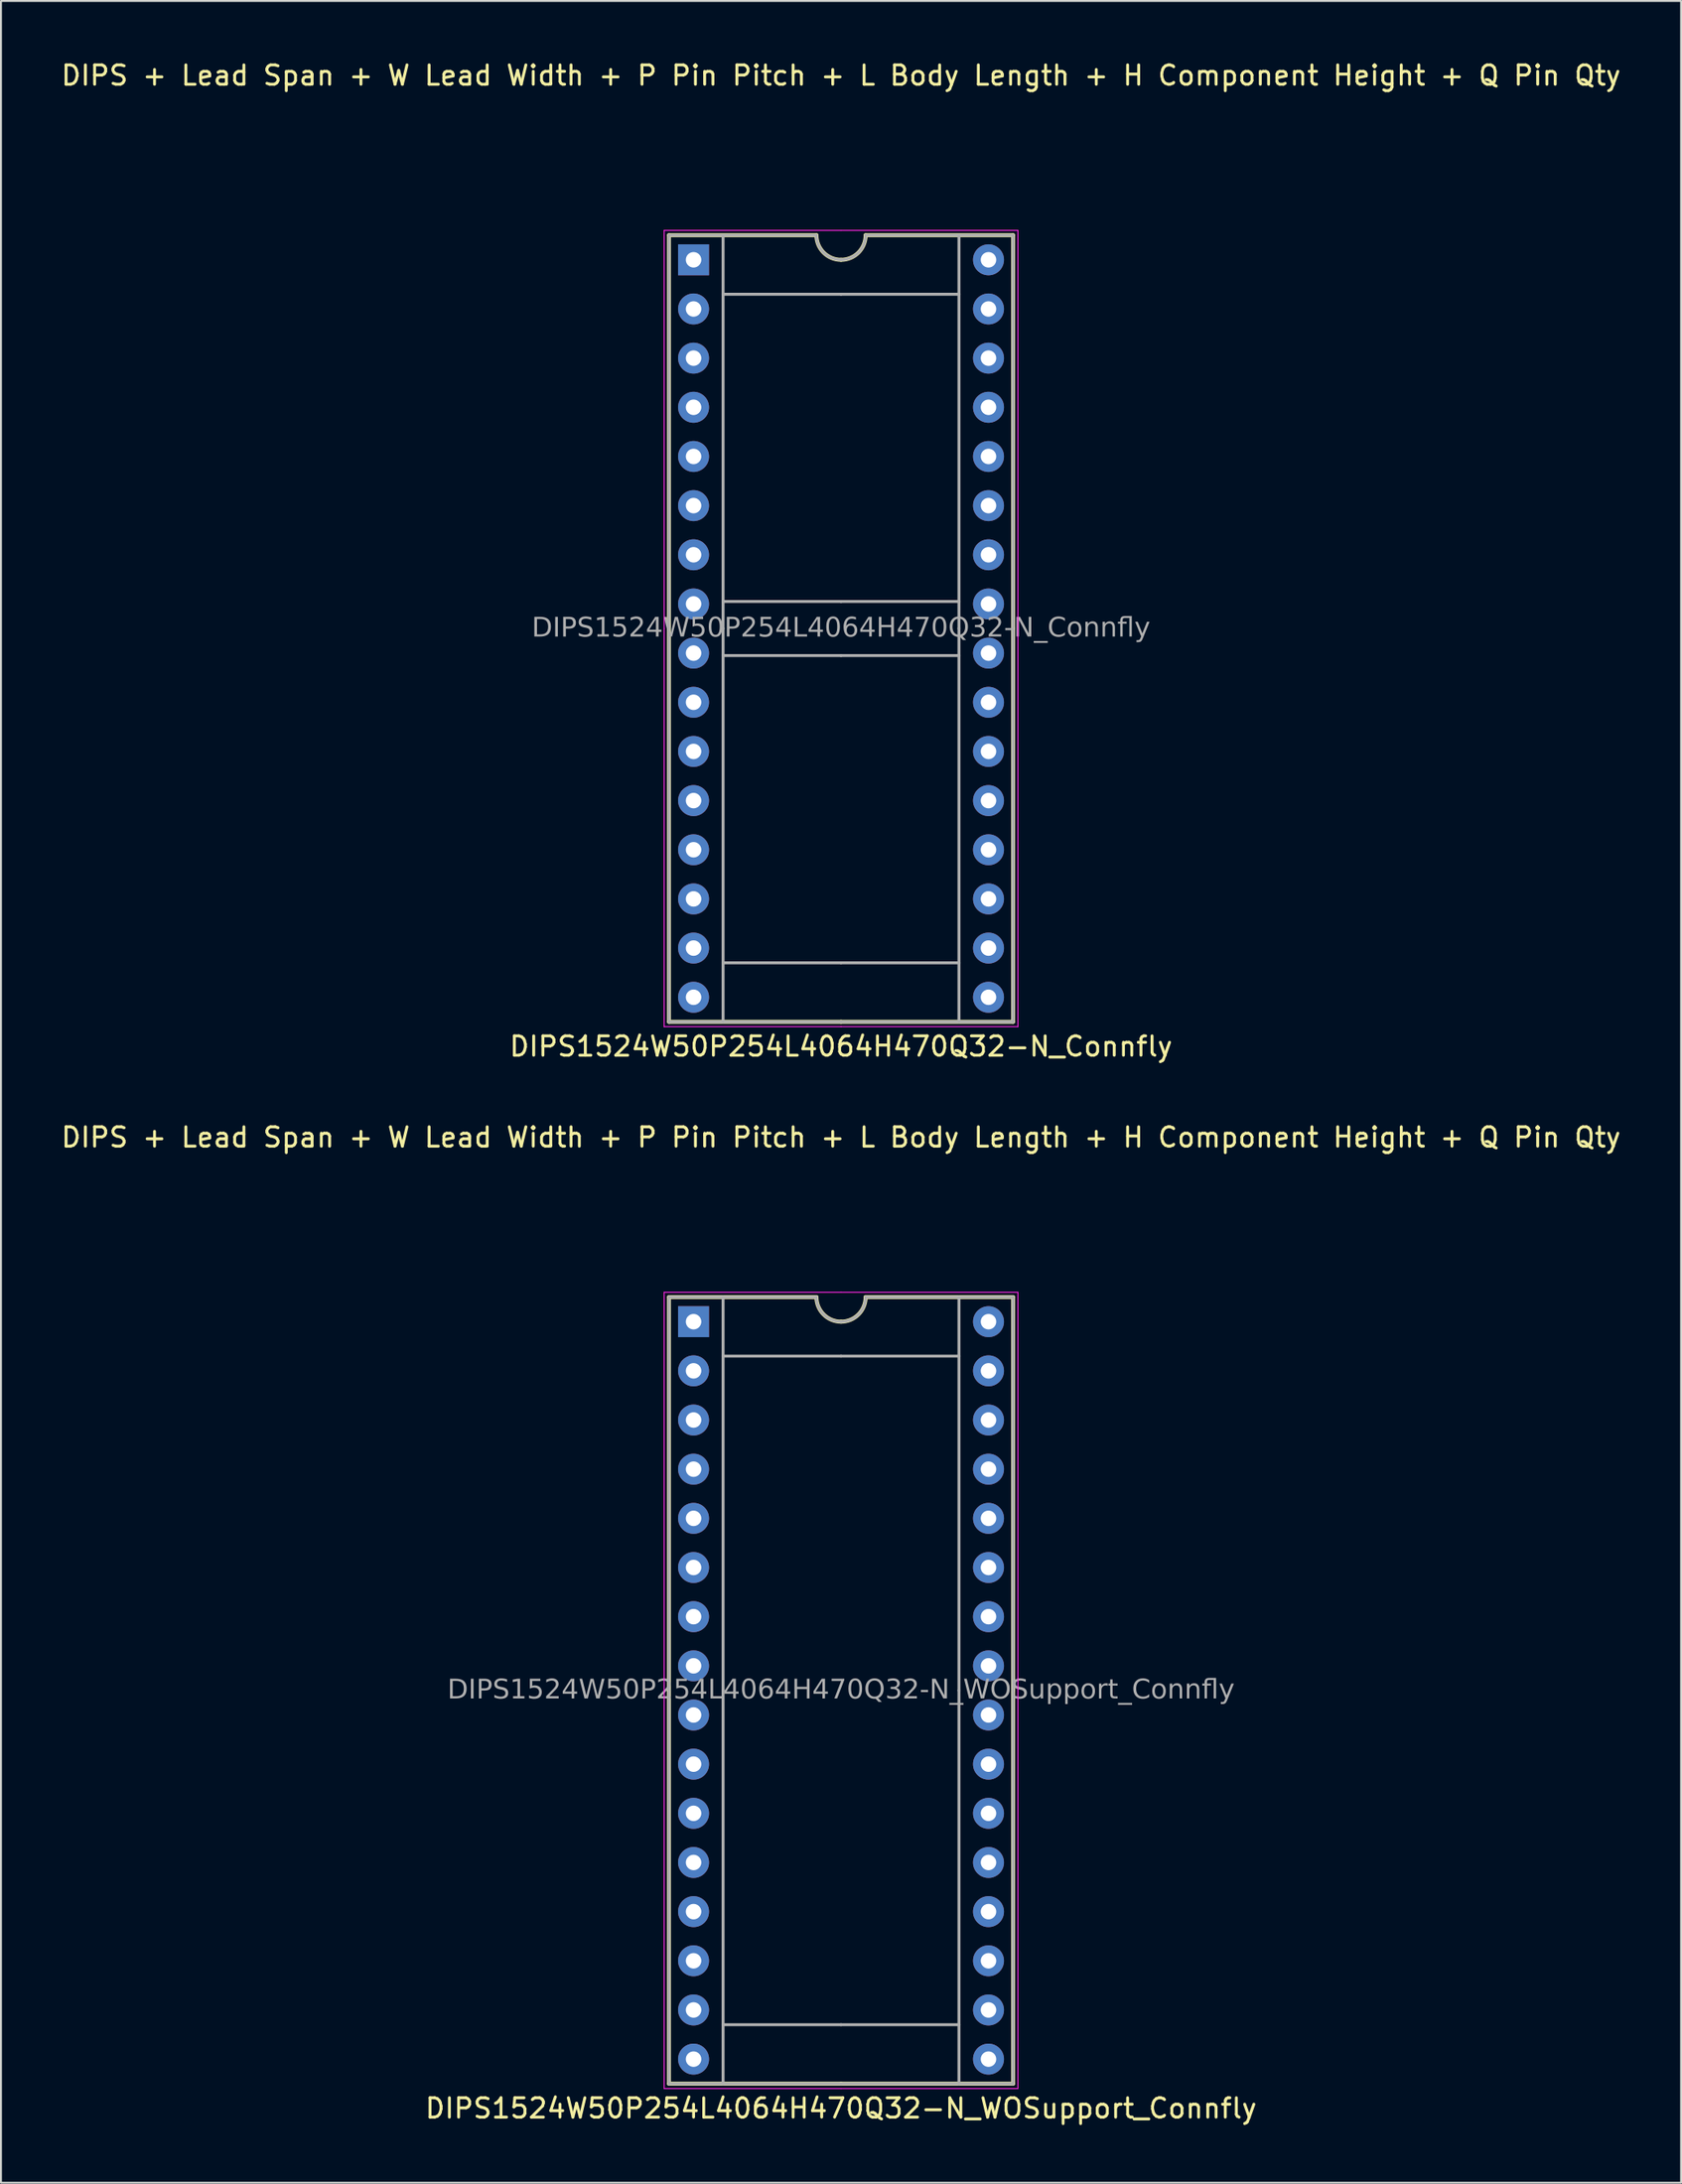
<source format=kicad_pcb>
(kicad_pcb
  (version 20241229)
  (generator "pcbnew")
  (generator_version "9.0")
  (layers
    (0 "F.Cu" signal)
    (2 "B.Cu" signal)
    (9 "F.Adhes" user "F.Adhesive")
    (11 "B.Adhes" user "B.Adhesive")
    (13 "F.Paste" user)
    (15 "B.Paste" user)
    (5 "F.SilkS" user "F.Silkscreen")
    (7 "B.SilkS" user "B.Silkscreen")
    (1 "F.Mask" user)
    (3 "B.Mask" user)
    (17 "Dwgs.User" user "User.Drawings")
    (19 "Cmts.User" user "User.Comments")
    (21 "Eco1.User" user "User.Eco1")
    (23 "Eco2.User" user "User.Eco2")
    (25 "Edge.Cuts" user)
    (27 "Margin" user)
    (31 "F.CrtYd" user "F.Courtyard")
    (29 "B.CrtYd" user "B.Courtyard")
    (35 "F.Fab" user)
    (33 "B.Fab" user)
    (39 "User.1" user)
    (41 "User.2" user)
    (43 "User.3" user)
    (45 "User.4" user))
  (footprint "DIPS1524W50P254L4064H470Q32-N_Connfly"
    (layer "F.Cu")
    (at 40.411 29.423)
    (property "Reference" "DIPS1524W50P254L4064H470Q32-N_Connfly" (at 0 21.59 0) (layer "F.SilkS") (effects (font (size 1 1) (thickness 0.15))))
    (property "Naming" "DIPS + Lead Span + W Lead Width + P Pin Pitch + L Body Length + H Component Height + Q Pin Qty" (at 0 -28.575 0) (layer "F.SilkS") (effects (font (size 1 1) (thickness 0.15))))
    (attr through_hole)
    (fp_line (start -8.89 -20.32) (end -8.89 0) (stroke (width 0.203) (type solid)) (layer "F.SilkS"))
    (fp_line (start -8.89 20.32) (end -8.89 0) (stroke (width 0.203) (type solid)) (layer "F.SilkS"))
    (fp_line (start -1.27 -20.32) (end -8.89 -20.32) (stroke (width 0.203) (type solid)) (layer "F.SilkS"))
    (fp_line (start 0 20.32) (end -8.89 20.32) (stroke (width 0.203) (type solid)) (layer "F.SilkS"))
    (fp_line (start 0 20.32) (end 8.89 20.32) (stroke (width 0.203) (type solid)) (layer "F.SilkS"))
    (fp_line (start 1.27 -20.32) (end 8.89 -20.32) (stroke (width 0.203) (type solid)) (layer "F.SilkS"))
    (fp_line (start 8.89 -20.32) (end 8.89 0) (stroke (width 0.203) (type solid)) (layer "F.SilkS"))
    (fp_line (start 8.89 20.32) (end 8.89 0) (stroke (width 0.203) (type solid)) (layer "F.SilkS"))
    (fp_arc (start 0 -19.05) (mid -0.898026 -19.421974) (end -1.27 -20.32) (stroke (width 0.2032) (type solid)) (layer "F.SilkS"))
    (fp_arc (start 1.27 -20.32) (mid 0.898026 -19.421974) (end 0 -19.05) (stroke (width 0.2032) (type solid)) (layer "F.SilkS"))
    (fp_line (start -9.14 -20.57) (end -9.14 0) (stroke (width 0.05) (type solid)) (layer "F.CrtYd"))
    (fp_line (start -9.14 -20.57) (end 0 -20.57) (stroke (width 0.05) (type solid)) (layer "F.CrtYd"))
    (fp_line (start -9.14 20.57) (end -9.14 0) (stroke (width 0.05) (type solid)) (layer "F.CrtYd"))
    (fp_line (start -9.14 20.57) (end 0 20.57) (stroke (width 0.05) (type solid)) (layer "F.CrtYd"))
    (fp_line (start 9.14 -20.57) (end 0 -20.57) (stroke (width 0.05) (type solid)) (layer "F.CrtYd"))
    (fp_line (start 9.14 -20.57) (end 9.14 0) (stroke (width 0.05) (type solid)) (layer "F.CrtYd"))
    (fp_line (start 9.14 20.57) (end 0 20.57) (stroke (width 0.05) (type solid)) (layer "F.CrtYd"))
    (fp_line (start 9.14 20.57) (end 9.14 0) (stroke (width 0.05) (type solid)) (layer "F.CrtYd"))
    (fp_line (start -8.89 0) (end -8.89 -20.32) (stroke (width 0.152) (type solid)) (layer "F.Fab"))
    (fp_line (start -8.89 0) (end -8.89 20.32) (stroke (width 0.152) (type solid)) (layer "F.Fab"))
    (fp_line (start -6.096 -20.32) (end -6.096 0) (stroke (width 0.152) (type solid)) (layer "F.Fab"))
    (fp_line (start -6.096 20.32) (end -6.096 0) (stroke (width 0.152) (type solid)) (layer "F.Fab"))
    (fp_line (start -1.27 -20.32) (end -8.89 -20.32) (stroke (width 0.152) (type solid)) (layer "F.Fab"))
    (fp_line (start 0 -17.272) (end -6.096 -17.272) (stroke (width 0.152) (type solid)) (layer "F.Fab"))
    (fp_line (start 0 -17.272) (end 6.096 -17.272) (stroke (width 0.152) (type solid)) (layer "F.Fab"))
    (fp_line (start 0 -1.397) (end -6.096 -1.397) (stroke (width 0.152) (type solid)) (layer "F.Fab"))
    (fp_line (start 0 -1.397) (end 6.096 -1.397) (stroke (width 0.152) (type solid)) (layer "F.Fab"))
    (fp_line (start 0 1.397) (end -6.096 1.397) (stroke (width 0.152) (type solid)) (layer "F.Fab"))
    (fp_line (start 0 1.397) (end 6.096 1.397) (stroke (width 0.152) (type solid)) (layer "F.Fab"))
    (fp_line (start 0 17.272) (end -6.096 17.272) (stroke (width 0.152) (type solid)) (layer "F.Fab"))
    (fp_line (start 0 17.272) (end 6.096 17.272) (stroke (width 0.152) (type solid)) (layer "F.Fab"))
    (fp_line (start 0 20.32) (end -8.89 20.32) (stroke (width 0.152) (type solid)) (layer "F.Fab"))
    (fp_line (start 0 20.32) (end 8.89 20.32) (stroke (width 0.152) (type solid)) (layer "F.Fab"))
    (fp_line (start 1.27 -20.32) (end 8.89 -20.32) (stroke (width 0.152) (type solid)) (layer "F.Fab"))
    (fp_line (start 6.096 -20.32) (end 6.096 0) (stroke (width 0.152) (type solid)) (layer "F.Fab"))
    (fp_line (start 6.096 20.32) (end 6.096 0) (stroke (width 0.152) (type solid)) (layer "F.Fab"))
    (fp_line (start 8.89 0) (end 8.89 -20.32) (stroke (width 0.152) (type solid)) (layer "F.Fab"))
    (fp_line (start 8.89 0) (end 8.89 20.32) (stroke (width 0.152) (type solid)) (layer "F.Fab"))
    (fp_arc (start 0 -19.05) (mid -0.898026 -19.421974) (end -1.27 -20.32) (stroke (width 0.1524) (type default)) (layer "F.Fab"))
    (fp_arc (start 1.27 -20.32) (mid 0.898026 -19.421974) (end 0 -19.05) (stroke (width 0.1524) (type default)) (layer "F.Fab"))
    (fp_text user "${REFERENCE}" (at 0 0 0) (layer "F.Fab") (effects (font (face "Tahoma") (size 1 1) (thickness 0.15))))
    (pad "1" thru_hole rect (at -7.62 -19.05) (size 1.6 1.6) (drill 0.8) (layers "*.Cu" "*.Mask"))
    (pad "2" thru_hole oval (at -7.62 -16.51) (size 1.6 1.6) (drill 0.8) (layers "*.Cu" "*.Mask"))
    (pad "3" thru_hole oval (at -7.62 -13.97) (size 1.6 1.6) (drill 0.8) (layers "*.Cu" "*.Mask"))
    (pad "4" thru_hole oval (at -7.62 -11.43) (size 1.6 1.6) (drill 0.8) (layers "*.Cu" "*.Mask"))
    (pad "5" thru_hole oval (at -7.62 -8.89) (size 1.6 1.6) (drill 0.8) (layers "*.Cu" "*.Mask"))
    (pad "6" thru_hole oval (at -7.62 -6.35) (size 1.6 1.6) (drill 0.8) (layers "*.Cu" "*.Mask"))
    (pad "7" thru_hole oval (at -7.62 -3.81) (size 1.6 1.6) (drill 0.8) (layers "*.Cu" "*.Mask"))
    (pad "8" thru_hole oval (at -7.62 -1.27) (size 1.6 1.6) (drill 0.8) (layers "*.Cu" "*.Mask"))
    (pad "9" thru_hole oval (at -7.62 1.27) (size 1.6 1.6) (drill 0.8) (layers "*.Cu" "*.Mask"))
    (pad "10" thru_hole oval (at -7.62 3.81) (size 1.6 1.6) (drill 0.8) (layers "*.Cu" "*.Mask"))
    (pad "11" thru_hole oval (at -7.62 6.35) (size 1.6 1.6) (drill 0.8) (layers "*.Cu" "*.Mask"))
    (pad "12" thru_hole oval (at -7.62 8.89) (size 1.6 1.6) (drill 0.8) (layers "*.Cu" "*.Mask"))
    (pad "13" thru_hole oval (at -7.62 11.43) (size 1.6 1.6) (drill 0.8) (layers "*.Cu" "*.Mask"))
    (pad "14" thru_hole oval (at -7.62 13.97) (size 1.6 1.6) (drill 0.8) (layers "*.Cu" "*.Mask"))
    (pad "15" thru_hole oval (at -7.62 16.51) (size 1.6 1.6) (drill 0.8) (layers "*.Cu" "*.Mask"))
    (pad "16" thru_hole oval (at -7.62 19.05) (size 1.6 1.6) (drill 0.8) (layers "*.Cu" "*.Mask"))
    (pad "17" thru_hole oval (at 7.62 19.05) (size 1.6 1.6) (drill 0.8) (layers "*.Cu" "*.Mask"))
    (pad "18" thru_hole oval (at 7.62 16.51) (size 1.6 1.6) (drill 0.8) (layers "*.Cu" "*.Mask"))
    (pad "19" thru_hole oval (at 7.62 13.97) (size 1.6 1.6) (drill 0.8) (layers "*.Cu" "*.Mask"))
    (pad "20" thru_hole oval (at 7.62 11.43) (size 1.6 1.6) (drill 0.8) (layers "*.Cu" "*.Mask"))
    (pad "21" thru_hole oval (at 7.62 8.89) (size 1.6 1.6) (drill 0.8) (layers "*.Cu" "*.Mask"))
    (pad "22" thru_hole oval (at 7.62 6.35) (size 1.6 1.6) (drill 0.8) (layers "*.Cu" "*.Mask"))
    (pad "23" thru_hole oval (at 7.62 3.81) (size 1.6 1.6) (drill 0.8) (layers "*.Cu" "*.Mask"))
    (pad "24" thru_hole oval (at 7.62 1.27) (size 1.6 1.6) (drill 0.8) (layers "*.Cu" "*.Mask"))
    (pad "25" thru_hole oval (at 7.62 -1.27) (size 1.6 1.6) (drill 0.8) (layers "*.Cu" "*.Mask"))
    (pad "26" thru_hole oval (at 7.62 -3.81) (size 1.6 1.6) (drill 0.8) (layers "*.Cu" "*.Mask"))
    (pad "27" thru_hole oval (at 7.62 -6.35) (size 1.6 1.6) (drill 0.8) (layers "*.Cu" "*.Mask"))
    (pad "28" thru_hole oval (at 7.62 -8.89) (size 1.6 1.6) (drill 0.8) (layers "*.Cu" "*.Mask"))
    (pad "29" thru_hole oval (at 7.62 -11.43) (size 1.6 1.6) (drill 0.8) (layers "*.Cu" "*.Mask"))
    (pad "30" thru_hole oval (at 7.62 -13.97) (size 1.6 1.6) (drill 0.8) (layers "*.Cu" "*.Mask"))
    (pad "31" thru_hole oval (at 7.62 -16.51) (size 1.6 1.6) (drill 0.8) (layers "*.Cu" "*.Mask"))
    (pad "32" thru_hole oval (at 7.62 -19.05) (size 1.6 1.6) (drill 0.8) (layers "*.Cu" "*.Mask")))
  (footprint "DIPS1524W50P254L4064H470Q32-N_WOSupport_Connfly"
    (layer "F.Cu")
    (at 40.411 84.285)
    (property "Reference" "DIPS1524W50P254L4064H470Q32-N_WOSupport_Connfly" (at 0 21.59 0) (layer "F.SilkS") (effects (font (size 1 1) (thickness 0.15))))
    (property "Naming" "DIPS + Lead Span + W Lead Width + P Pin Pitch + L Body Length + H Component Height + Q Pin Qty" (at 0 -28.575 0) (layer "F.SilkS") (effects (font (size 1 1) (thickness 0.15))))
    (attr through_hole)
    (fp_line (start -8.89 -20.32) (end -8.89 0) (stroke (width 0.203) (type solid)) (layer "F.SilkS"))
    (fp_line (start -8.89 20.32) (end -8.89 0) (stroke (width 0.203) (type solid)) (layer "F.SilkS"))
    (fp_line (start -1.27 -20.32) (end -8.89 -20.32) (stroke (width 0.203) (type solid)) (layer "F.SilkS"))
    (fp_line (start 0 20.32) (end -8.89 20.32) (stroke (width 0.203) (type solid)) (layer "F.SilkS"))
    (fp_line (start 0 20.32) (end 8.89 20.32) (stroke (width 0.203) (type solid)) (layer "F.SilkS"))
    (fp_line (start 1.27 -20.32) (end 8.89 -20.32) (stroke (width 0.203) (type solid)) (layer "F.SilkS"))
    (fp_line (start 8.89 -20.32) (end 8.89 0) (stroke (width 0.203) (type solid)) (layer "F.SilkS"))
    (fp_line (start 8.89 20.32) (end 8.89 0) (stroke (width 0.203) (type solid)) (layer "F.SilkS"))
    (fp_arc (start 0 -19.05) (mid -0.898026 -19.421974) (end -1.27 -20.32) (stroke (width 0.2032) (type solid)) (layer "F.SilkS"))
    (fp_arc (start 1.27 -20.32) (mid 0.898026 -19.421974) (end 0 -19.05) (stroke (width 0.2032) (type solid)) (layer "F.SilkS"))
    (fp_line (start -9.14 -20.57) (end -9.14 0) (stroke (width 0.05) (type solid)) (layer "F.CrtYd"))
    (fp_line (start -9.14 -20.57) (end 0 -20.57) (stroke (width 0.05) (type solid)) (layer "F.CrtYd"))
    (fp_line (start -9.14 20.57) (end -9.14 0) (stroke (width 0.05) (type solid)) (layer "F.CrtYd"))
    (fp_line (start -9.14 20.57) (end 0 20.57) (stroke (width 0.05) (type solid)) (layer "F.CrtYd"))
    (fp_line (start 9.14 -20.57) (end 0 -20.57) (stroke (width 0.05) (type solid)) (layer "F.CrtYd"))
    (fp_line (start 9.14 -20.57) (end 9.14 0) (stroke (width 0.05) (type solid)) (layer "F.CrtYd"))
    (fp_line (start 9.14 20.57) (end 0 20.57) (stroke (width 0.05) (type solid)) (layer "F.CrtYd"))
    (fp_line (start 9.14 20.57) (end 9.14 0) (stroke (width 0.05) (type solid)) (layer "F.CrtYd"))
    (fp_line (start -8.89 0) (end -8.89 -20.32) (stroke (width 0.152) (type solid)) (layer "F.Fab"))
    (fp_line (start -8.89 0) (end -8.89 20.32) (stroke (width 0.152) (type solid)) (layer "F.Fab"))
    (fp_line (start -6.096 -20.32) (end -6.096 0) (stroke (width 0.152) (type solid)) (layer "F.Fab"))
    (fp_line (start -6.096 20.32) (end -6.096 0) (stroke (width 0.152) (type solid)) (layer "F.Fab"))
    (fp_line (start -1.27 -20.32) (end -8.89 -20.32) (stroke (width 0.152) (type solid)) (layer "F.Fab"))
    (fp_line (start 0 -17.272) (end -6.096 -17.272) (stroke (width 0.152) (type solid)) (layer "F.Fab"))
    (fp_line (start 0 -17.272) (end 6.096 -17.272) (stroke (width 0.152) (type solid)) (layer "F.Fab"))
    (fp_line (start 0 17.272) (end -6.096 17.272) (stroke (width 0.152) (type solid)) (layer "F.Fab"))
    (fp_line (start 0 17.272) (end 6.096 17.272) (stroke (width 0.152) (type solid)) (layer "F.Fab"))
    (fp_line (start 0 20.32) (end -8.89 20.32) (stroke (width 0.152) (type solid)) (layer "F.Fab"))
    (fp_line (start 0 20.32) (end 8.89 20.32) (stroke (width 0.152) (type solid)) (layer "F.Fab"))
    (fp_line (start 1.27 -20.32) (end 8.89 -20.32) (stroke (width 0.152) (type solid)) (layer "F.Fab"))
    (fp_line (start 6.096 -20.32) (end 6.096 0) (stroke (width 0.152) (type solid)) (layer "F.Fab"))
    (fp_line (start 6.096 20.32) (end 6.096 0) (stroke (width 0.152) (type solid)) (layer "F.Fab"))
    (fp_line (start 8.89 0) (end 8.89 -20.32) (stroke (width 0.152) (type solid)) (layer "F.Fab"))
    (fp_line (start 8.89 0) (end 8.89 20.32) (stroke (width 0.152) (type solid)) (layer "F.Fab"))
    (fp_arc (start 0 -19.05) (mid -0.898026 -19.421974) (end -1.27 -20.32) (stroke (width 0.1524) (type default)) (layer "F.Fab"))
    (fp_arc (start 1.27 -20.32) (mid 0.898026 -19.421974) (end 0 -19.05) (stroke (width 0.1524) (type default)) (layer "F.Fab"))
    (fp_text user "${REFERENCE}" (at 0 0 0) (layer "F.Fab") (effects (font (face "Tahoma") (size 1 1) (thickness 0.15))))
    (pad "1" thru_hole rect (at -7.62 -19.05) (size 1.6 1.6) (drill 0.8) (layers "*.Cu" "*.Mask"))
    (pad "2" thru_hole oval (at -7.62 -16.51) (size 1.6 1.6) (drill 0.8) (layers "*.Cu" "*.Mask"))
    (pad "3" thru_hole oval (at -7.62 -13.97) (size 1.6 1.6) (drill 0.8) (layers "*.Cu" "*.Mask"))
    (pad "4" thru_hole oval (at -7.62 -11.43) (size 1.6 1.6) (drill 0.8) (layers "*.Cu" "*.Mask"))
    (pad "5" thru_hole oval (at -7.62 -8.89) (size 1.6 1.6) (drill 0.8) (layers "*.Cu" "*.Mask"))
    (pad "6" thru_hole oval (at -7.62 -6.35) (size 1.6 1.6) (drill 0.8) (layers "*.Cu" "*.Mask"))
    (pad "7" thru_hole oval (at -7.62 -3.81) (size 1.6 1.6) (drill 0.8) (layers "*.Cu" "*.Mask"))
    (pad "8" thru_hole oval (at -7.62 -1.27) (size 1.6 1.6) (drill 0.8) (layers "*.Cu" "*.Mask"))
    (pad "9" thru_hole oval (at -7.62 1.27) (size 1.6 1.6) (drill 0.8) (layers "*.Cu" "*.Mask"))
    (pad "10" thru_hole oval (at -7.62 3.81) (size 1.6 1.6) (drill 0.8) (layers "*.Cu" "*.Mask"))
    (pad "11" thru_hole oval (at -7.62 6.35) (size 1.6 1.6) (drill 0.8) (layers "*.Cu" "*.Mask"))
    (pad "12" thru_hole oval (at -7.62 8.89) (size 1.6 1.6) (drill 0.8) (layers "*.Cu" "*.Mask"))
    (pad "13" thru_hole oval (at -7.62 11.43) (size 1.6 1.6) (drill 0.8) (layers "*.Cu" "*.Mask"))
    (pad "14" thru_hole oval (at -7.62 13.97) (size 1.6 1.6) (drill 0.8) (layers "*.Cu" "*.Mask"))
    (pad "15" thru_hole oval (at -7.62 16.51) (size 1.6 1.6) (drill 0.8) (layers "*.Cu" "*.Mask"))
    (pad "16" thru_hole oval (at -7.62 19.05) (size 1.6 1.6) (drill 0.8) (layers "*.Cu" "*.Mask"))
    (pad "17" thru_hole oval (at 7.62 19.05) (size 1.6 1.6) (drill 0.8) (layers "*.Cu" "*.Mask"))
    (pad "18" thru_hole oval (at 7.62 16.51) (size 1.6 1.6) (drill 0.8) (layers "*.Cu" "*.Mask"))
    (pad "19" thru_hole oval (at 7.62 13.97) (size 1.6 1.6) (drill 0.8) (layers "*.Cu" "*.Mask"))
    (pad "20" thru_hole oval (at 7.62 11.43) (size 1.6 1.6) (drill 0.8) (layers "*.Cu" "*.Mask"))
    (pad "21" thru_hole oval (at 7.62 8.89) (size 1.6 1.6) (drill 0.8) (layers "*.Cu" "*.Mask"))
    (pad "22" thru_hole oval (at 7.62 6.35) (size 1.6 1.6) (drill 0.8) (layers "*.Cu" "*.Mask"))
    (pad "23" thru_hole oval (at 7.62 3.81) (size 1.6 1.6) (drill 0.8) (layers "*.Cu" "*.Mask"))
    (pad "24" thru_hole oval (at 7.62 1.27) (size 1.6 1.6) (drill 0.8) (layers "*.Cu" "*.Mask"))
    (pad "25" thru_hole oval (at 7.62 -1.27) (size 1.6 1.6) (drill 0.8) (layers "*.Cu" "*.Mask"))
    (pad "26" thru_hole oval (at 7.62 -3.81) (size 1.6 1.6) (drill 0.8) (layers "*.Cu" "*.Mask"))
    (pad "27" thru_hole oval (at 7.62 -6.35) (size 1.6 1.6) (drill 0.8) (layers "*.Cu" "*.Mask"))
    (pad "28" thru_hole oval (at 7.62 -8.89) (size 1.6 1.6) (drill 0.8) (layers "*.Cu" "*.Mask"))
    (pad "29" thru_hole oval (at 7.62 -11.43) (size 1.6 1.6) (drill 0.8) (layers "*.Cu" "*.Mask"))
    (pad "30" thru_hole oval (at 7.62 -13.97) (size 1.6 1.6) (drill 0.8) (layers "*.Cu" "*.Mask"))
    (pad "31" thru_hole oval (at 7.62 -16.51) (size 1.6 1.6) (drill 0.8) (layers "*.Cu" "*.Mask"))
    (pad "32" thru_hole oval (at 7.62 -19.05) (size 1.6 1.6) (drill 0.8) (layers "*.Cu" "*.Mask")))
  (gr_rect
    (start -3 -3)
    (end 83.821 109.723)
    (stroke (width 0.1) (type default))
    (fill no)
    (layer "Edge.Cuts")))
</source>
